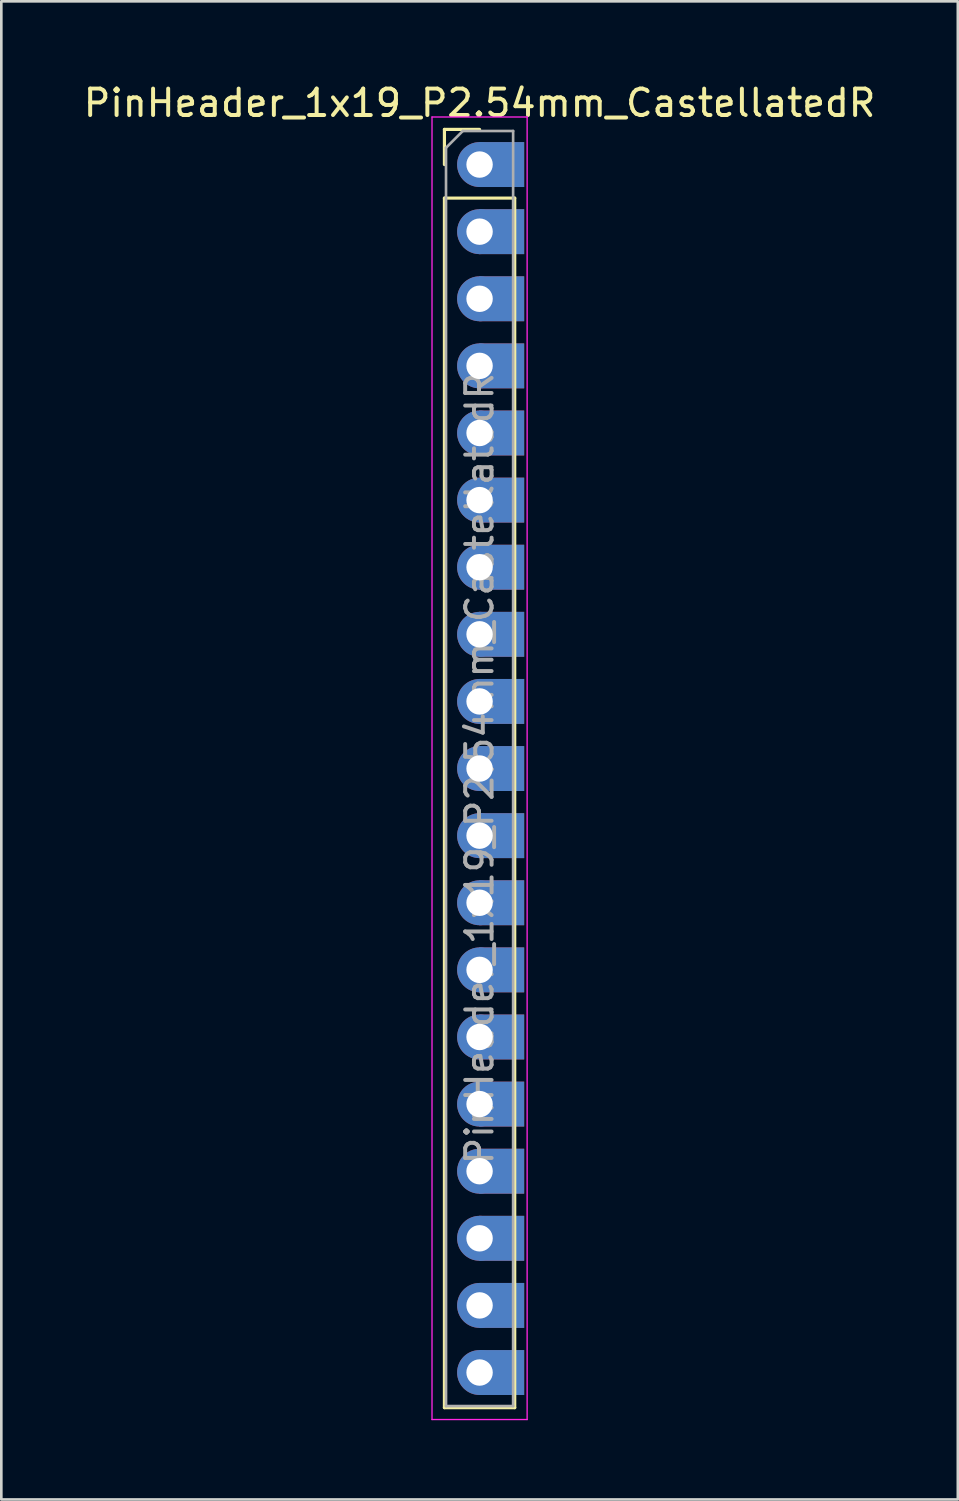
<source format=kicad_pcb>
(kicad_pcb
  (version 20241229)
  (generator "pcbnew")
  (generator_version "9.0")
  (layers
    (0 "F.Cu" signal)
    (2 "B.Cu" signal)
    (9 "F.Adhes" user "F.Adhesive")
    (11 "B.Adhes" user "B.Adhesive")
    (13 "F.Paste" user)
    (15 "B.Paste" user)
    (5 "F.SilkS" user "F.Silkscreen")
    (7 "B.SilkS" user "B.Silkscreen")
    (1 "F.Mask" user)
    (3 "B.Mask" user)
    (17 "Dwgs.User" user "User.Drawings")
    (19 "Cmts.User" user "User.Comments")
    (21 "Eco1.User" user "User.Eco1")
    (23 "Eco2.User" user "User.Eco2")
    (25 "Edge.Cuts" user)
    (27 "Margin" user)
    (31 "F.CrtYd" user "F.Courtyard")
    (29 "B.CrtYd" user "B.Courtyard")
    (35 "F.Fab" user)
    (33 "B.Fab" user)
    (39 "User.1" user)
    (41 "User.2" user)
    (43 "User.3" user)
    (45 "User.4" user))
  (footprint "PinHeader_1x19_P2.54mm_CastellatedR"
    (layer "F.Cu")
    (at 15.101 3.178)
    (property "Reference" "PinHeader_1x19_P2.54mm_CastellatedR" (at 0 -2.33 0) (layer "F.SilkS") (effects (font (size 1 1) (thickness 0.15))))
    (attr through_hole)
    (fp_line (start -1.33 -1.33) (end 0 -1.33) (stroke (width 0.12) (type solid)) (layer "F.SilkS"))
    (fp_line (start -1.33 0) (end -1.33 -1.33) (stroke (width 0.12) (type solid)) (layer "F.SilkS"))
    (fp_line (start -1.33 1.27) (end -1.33 47.05) (stroke (width 0.12) (type solid)) (layer "F.SilkS"))
    (fp_line (start -1.33 1.27) (end 1.33 1.27) (stroke (width 0.12) (type solid)) (layer "F.SilkS"))
    (fp_line (start -1.33 47.05) (end 1.33 47.05) (stroke (width 0.12) (type solid)) (layer "F.SilkS"))
    (fp_line (start 1.33 1.27) (end 1.33 47.05) (stroke (width 0.12) (type solid)) (layer "F.SilkS"))
    (fp_line (start -1.8 -1.8) (end -1.8 47.5) (stroke (width 0.05) (type solid)) (layer "F.CrtYd"))
    (fp_line (start -1.8 47.5) (end 1.8 47.5) (stroke (width 0.05) (type solid)) (layer "F.CrtYd"))
    (fp_line (start 1.8 -1.8) (end -1.8 -1.8) (stroke (width 0.05) (type solid)) (layer "F.CrtYd"))
    (fp_line (start 1.8 47.5) (end 1.8 -1.8) (stroke (width 0.05) (type solid)) (layer "F.CrtYd"))
    (fp_line (start -1.27 -0.635) (end -0.635 -1.27) (stroke (width 0.1) (type solid)) (layer "F.Fab"))
    (fp_line (start -1.27 46.99) (end -1.27 -0.635) (stroke (width 0.1) (type solid)) (layer "F.Fab"))
    (fp_line (start -0.635 -1.27) (end 1.27 -1.27) (stroke (width 0.1) (type solid)) (layer "F.Fab"))
    (fp_line (start 1.27 -1.27) (end 1.27 46.99) (stroke (width 0.1) (type solid)) (layer "F.Fab"))
    (fp_line (start 1.27 46.99) (end -1.27 46.99) (stroke (width 0.1) (type solid)) (layer "F.Fab"))
    (fp_text user "${REFERENCE}" (at 0 22.86 90) (layer "F.Fab") (effects (font (size 1 1) (thickness 0.15))))
    (pad "1" thru_hole circle (at 0 0) (size 1.7 1.7) (drill 1) (layers "*.Cu" "*.Mask"))
    (pad "1" smd rect (at 0.838 0) (size 1.7 1.7) (layers "F.Cu" "F.Mask" "F.Paste"))
    (pad "1" smd rect (at 0.838 0) (size 1.7 1.7) (layers "B.Cu" "B.Mask" "B.Paste"))
    (pad "2" thru_hole oval (at 0 2.54) (size 1.7 1.7) (drill 1) (layers "*.Cu" "*.Mask"))
    (pad "2" smd rect (at 0.838 2.54) (size 1.7 1.7) (layers "F.Cu" "F.Mask" "F.Paste"))
    (pad "2" smd rect (at 0.838 2.54) (size 1.7 1.7) (layers "B.Cu" "B.Mask" "B.Paste"))
    (pad "3" thru_hole oval (at 0 5.08) (size 1.7 1.7) (drill 1) (layers "*.Cu" "*.Mask"))
    (pad "3" smd rect (at 0.838 5.08) (size 1.7 1.7) (layers "F.Cu" "F.Mask" "F.Paste"))
    (pad "3" smd rect (at 0.838 5.08) (size 1.7 1.7) (layers "B.Cu" "B.Mask" "B.Paste"))
    (pad "4" thru_hole oval (at 0 7.62) (size 1.7 1.7) (drill 1) (layers "*.Cu" "*.Mask"))
    (pad "4" smd rect (at 0.838 7.62) (size 1.7 1.7) (layers "F.Cu" "F.Mask" "F.Paste"))
    (pad "4" smd rect (at 0.838 7.62) (size 1.7 1.7) (layers "B.Cu" "B.Mask" "B.Paste"))
    (pad "5" thru_hole oval (at 0 10.16) (size 1.7 1.7) (drill 1) (layers "*.Cu" "*.Mask"))
    (pad "5" smd rect (at 0.838 10.16) (size 1.7 1.7) (layers "F.Cu" "F.Mask" "F.Paste"))
    (pad "5" smd rect (at 0.838 10.16) (size 1.7 1.7) (layers "B.Cu" "B.Mask" "B.Paste"))
    (pad "6" thru_hole oval (at 0 12.7) (size 1.7 1.7) (drill 1) (layers "*.Cu" "*.Mask"))
    (pad "6" smd rect (at 0.838 12.7) (size 1.7 1.7) (layers "F.Cu" "F.Mask" "F.Paste"))
    (pad "6" smd rect (at 0.838 12.7) (size 1.7 1.7) (layers "B.Cu" "B.Mask" "B.Paste"))
    (pad "7" thru_hole oval (at 0 15.24) (size 1.7 1.7) (drill 1) (layers "*.Cu" "*.Mask"))
    (pad "7" smd rect (at 0.838 15.24) (size 1.7 1.7) (layers "F.Cu" "F.Mask" "F.Paste"))
    (pad "7" smd rect (at 0.838 15.24) (size 1.7 1.7) (layers "B.Cu" "B.Mask" "B.Paste"))
    (pad "8" thru_hole oval (at 0 17.78) (size 1.7 1.7) (drill 1) (layers "*.Cu" "*.Mask"))
    (pad "8" smd rect (at 0.838 17.78) (size 1.7 1.7) (layers "F.Cu" "F.Mask" "F.Paste"))
    (pad "8" smd rect (at 0.838 17.78) (size 1.7 1.7) (layers "B.Cu" "B.Mask" "B.Paste"))
    (pad "9" thru_hole oval (at 0 20.32) (size 1.7 1.7) (drill 1) (layers "*.Cu" "*.Mask"))
    (pad "9" smd rect (at 0.838 20.32) (size 1.7 1.7) (layers "F.Cu" "F.Mask" "F.Paste"))
    (pad "9" smd rect (at 0.838 20.32) (size 1.7 1.7) (layers "B.Cu" "B.Mask" "B.Paste"))
    (pad "10" thru_hole oval (at 0 22.86) (size 1.7 1.7) (drill 1) (layers "*.Cu" "*.Mask"))
    (pad "10" smd rect (at 0.838 22.86) (size 1.7 1.7) (layers "F.Cu" "F.Mask" "F.Paste"))
    (pad "10" smd rect (at 0.838 22.86) (size 1.7 1.7) (layers "B.Cu" "B.Mask" "B.Paste"))
    (pad "11" thru_hole oval (at 0 25.4) (size 1.7 1.7) (drill 1) (layers "*.Cu" "*.Mask"))
    (pad "11" smd rect (at 0.838 25.4) (size 1.7 1.7) (layers "F.Cu" "F.Mask" "F.Paste"))
    (pad "11" smd rect (at 0.838 25.4) (size 1.7 1.7) (layers "B.Cu" "B.Mask" "B.Paste"))
    (pad "12" thru_hole oval (at 0 27.94) (size 1.7 1.7) (drill 1) (layers "*.Cu" "*.Mask"))
    (pad "12" smd rect (at 0.838 27.94) (size 1.7 1.7) (layers "F.Cu" "F.Mask" "F.Paste"))
    (pad "12" smd rect (at 0.838 27.94) (size 1.7 1.7) (layers "B.Cu" "B.Mask" "B.Paste"))
    (pad "13" thru_hole oval (at 0 30.48) (size 1.7 1.7) (drill 1) (layers "*.Cu" "*.Mask"))
    (pad "13" smd rect (at 0.838 30.48) (size 1.7 1.7) (layers "F.Cu" "F.Mask" "F.Paste"))
    (pad "13" smd rect (at 0.838 30.48) (size 1.7 1.7) (layers "B.Cu" "B.Mask" "B.Paste"))
    (pad "14" thru_hole oval (at 0 33.02) (size 1.7 1.7) (drill 1) (layers "*.Cu" "*.Mask"))
    (pad "14" smd rect (at 0.838 33.02) (size 1.7 1.7) (layers "F.Cu" "F.Mask" "F.Paste"))
    (pad "14" smd rect (at 0.838 33.02) (size 1.7 1.7) (layers "B.Cu" "B.Mask" "B.Paste"))
    (pad "15" thru_hole oval (at 0 35.56) (size 1.7 1.7) (drill 1) (layers "*.Cu" "*.Mask"))
    (pad "15" smd rect (at 0.838 35.56) (size 1.7 1.7) (layers "F.Cu" "F.Mask" "F.Paste"))
    (pad "15" smd rect (at 0.838 35.56) (size 1.7 1.7) (layers "B.Cu" "B.Mask" "B.Paste"))
    (pad "16" thru_hole oval (at 0 38.1) (size 1.7 1.7) (drill 1) (layers "*.Cu" "*.Mask"))
    (pad "16" smd rect (at 0.838 38.1) (size 1.7 1.7) (layers "F.Cu" "F.Mask" "F.Paste"))
    (pad "16" smd rect (at 0.838 38.1) (size 1.7 1.7) (layers "B.Cu" "B.Mask" "B.Paste"))
    (pad "17" thru_hole oval (at 0 40.64) (size 1.7 1.7) (drill 1) (layers "*.Cu" "*.Mask"))
    (pad "17" smd rect (at 0.838 40.64) (size 1.7 1.7) (layers "F.Cu" "F.Mask" "F.Paste"))
    (pad "17" smd rect (at 0.838 40.64) (size 1.7 1.7) (layers "B.Cu" "B.Mask" "B.Paste"))
    (pad "18" thru_hole oval (at 0 43.18) (size 1.7 1.7) (drill 1) (layers "*.Cu" "*.Mask"))
    (pad "18" smd rect (at 0.838 43.18) (size 1.7 1.7) (layers "F.Cu" "F.Mask" "F.Paste"))
    (pad "18" smd rect (at 0.838 43.18) (size 1.7 1.7) (layers "B.Cu" "B.Mask" "B.Paste"))
    (pad "19" thru_hole oval (at 0 45.72) (size 1.7 1.7) (drill 1) (layers "*.Cu" "*.Mask"))
    (pad "19" smd rect (at 0.838 45.72) (size 1.7 1.7) (layers "F.Cu" "F.Mask" "F.Paste"))
    (pad "19" smd rect (at 0.838 45.72) (size 1.7 1.7) (layers "B.Cu" "B.Mask" "B.Paste")))
  (gr_rect
    (start -3 -3)
    (end 33.202 53.703)
    (stroke (width 0.1) (type default))
    (fill no)
    (layer "Edge.Cuts")))
</source>
